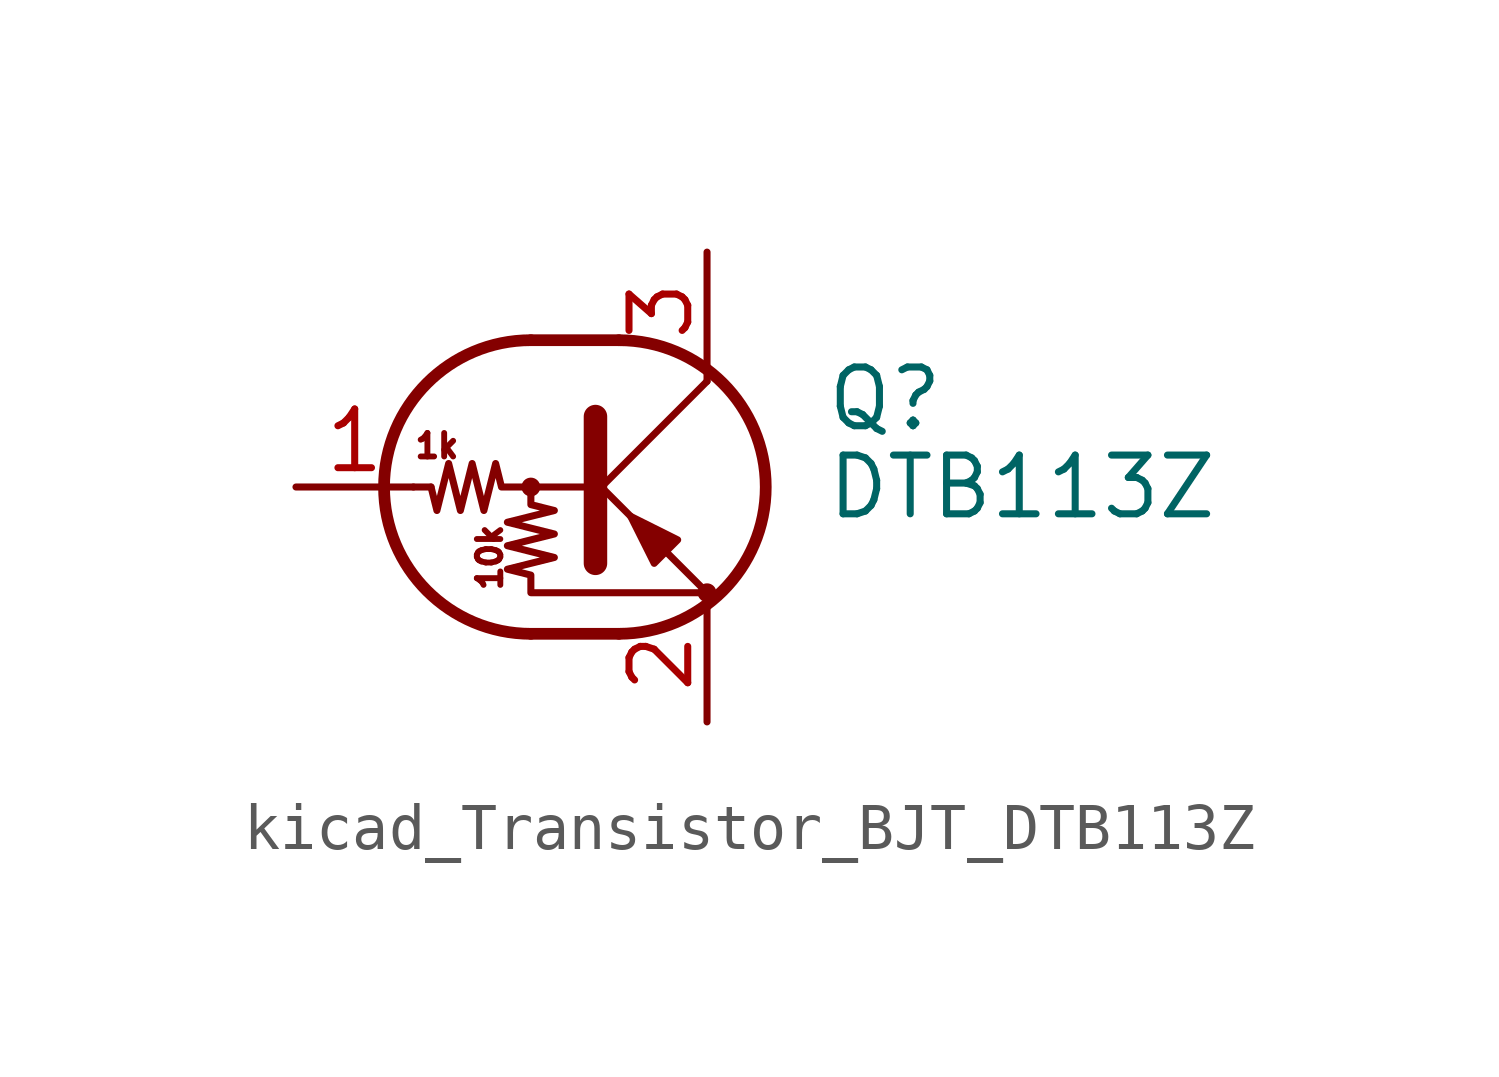
<source format=kicad_sym>
(kicad_symbol_lib
  (version 20220914)
  (generator kicad_symbol_editor)
  (symbol "kicad_Transistor_BJT_DTB113Z"
    (pin_names
      (offset 0) hide)
    (property "Reference" "Q"
      (at 5.08 1.905 0)
      (effects (font (size 1.27 1.27)) (justify left)))
    (property "Value" "DTB113Z"
      (at 5.08 0 0)
      (effects (font (size 1.27 1.27)) (justify left)))
    (symbol "kicad_Transistor_BJT_DTB113Z_0_0"
      (text "10k" (at -2.159 -1.524 900) (effects (font (size 0.508 0.508))))
      (text "1k" (at -3.302 0.889 0) (effects (font (size 0.508 0.508)))))
    (symbol "kicad_Transistor_BJT_DTB113Z_0_1"
      (circle (center -1.27 0) (radius 0.127) (stroke (width 0) (type default)) (fill (type none)))
      (arc (start -1.27 3.175) (mid -4.4312 0) (end -1.27 -3.175) (stroke (width 0.254) (type default)) (fill (type none)))
      (polyline (pts (xy -3.429 0) (xy -3.81 0)) (stroke (width 0) (type default)) (fill (type none)))
      (polyline (pts (xy -1.27 -3.175) (xy 0.635 -3.175)) (stroke (width 0.254) (type default)) (fill (type none)))
      (polyline (pts (xy -1.27 3.175) (xy 0.635 3.175)) (stroke (width 0.254) (type default)) (fill (type none)))
      (polyline (pts (xy 0 -0.254) (xy 2.54 2.286)) (stroke (width 0) (type default)) (fill (type none)))
      (polyline (pts (xy 0.127 1.524) (xy 0.127 -1.651)) (stroke (width 0.508) (type default)) (fill (type outline)))
      (polyline (pts (xy 2.54 2.286) (xy 2.54 2.54)) (stroke (width 0) (type default)) (fill (type none)))
      (polyline (pts (xy 2.54 -2.286) (xy 0 0.254) (xy 0 0.254)) (stroke (width 0) (type default)) (fill (type none)))
      (polyline (pts (xy 1.397 -1.651) (xy 1.905 -1.143) (xy 0.889 -0.635) (xy 1.397 -1.651)) (stroke (width 0) (type default)) (fill (type outline)))
      (polyline (pts (xy 0 0) (xy -1.905 0) (xy -2.032 0.508) (xy -2.286 -0.508) (xy -2.54 0.508) (xy -2.794 -0.508) (xy -3.048 0.508) (xy -3.302 -0.508) (xy -3.429 0)) (stroke (width 0) (type default)) (fill (type none)))
      (polyline (pts (xy -1.27 0) (xy -1.27 -0.381) (xy -0.762 -0.508) (xy -1.778 -0.762) (xy -0.762 -1.016) (xy -1.778 -1.27) (xy -0.762 -1.524) (xy -1.778 -1.778) (xy -1.27 -1.905) (xy -1.27 -2.286) (xy 2.54 -2.286)) (stroke (width 0) (type default)) (fill (type none)))
      (arc (start 0.635 -3.175) (mid 3.7962 0) (end 0.635 3.175) (stroke (width 0.254) (type default)) (fill (type none)))
      (circle (center 2.54 -2.286) (radius 0.127) (stroke (width 0) (type default)) (fill (type none))))
    (symbol "kicad_Transistor_BJT_DTB113Z_1_1"
      (pin input line (at -6.35 0 0) (length 2.54) (name "B" (effects (font (size 1.27 1.27)))) (number "1" (effects (font (size 1.27 1.27)))))
      (pin passive line (at 2.54 -5.08 90) (length 2.54) (name "E" (effects (font (size 1.27 1.27)))) (number "2" (effects (font (size 1.27 1.27)))))
      (pin passive line (at 2.54 5.08 270) (length 2.54) (name "C" (effects (font (size 1.27 1.27)))) (number "3" (effects (font (size 1.27 1.27))))))))
</source>
